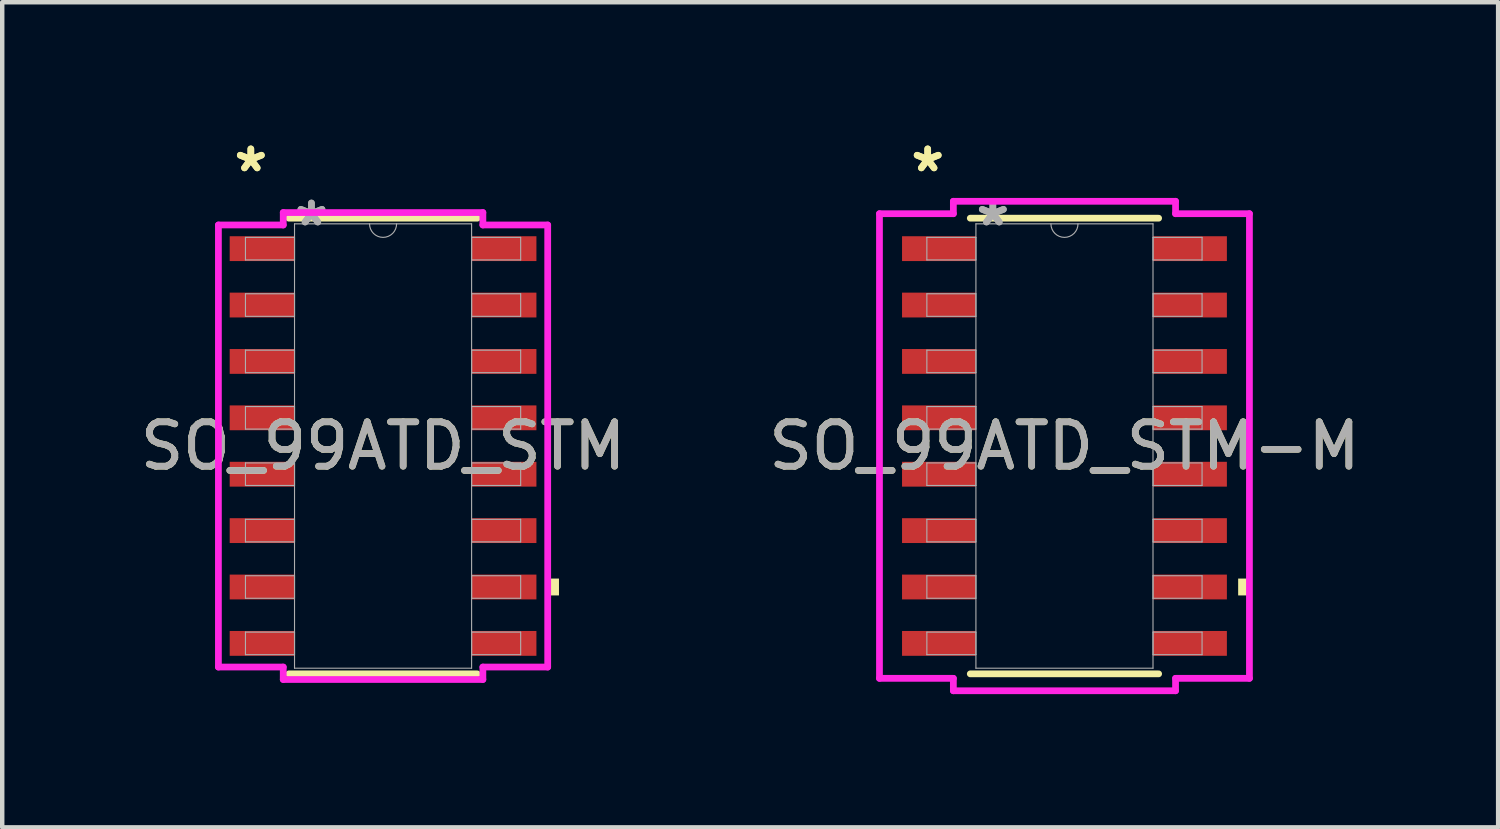
<source format=kicad_pcb>
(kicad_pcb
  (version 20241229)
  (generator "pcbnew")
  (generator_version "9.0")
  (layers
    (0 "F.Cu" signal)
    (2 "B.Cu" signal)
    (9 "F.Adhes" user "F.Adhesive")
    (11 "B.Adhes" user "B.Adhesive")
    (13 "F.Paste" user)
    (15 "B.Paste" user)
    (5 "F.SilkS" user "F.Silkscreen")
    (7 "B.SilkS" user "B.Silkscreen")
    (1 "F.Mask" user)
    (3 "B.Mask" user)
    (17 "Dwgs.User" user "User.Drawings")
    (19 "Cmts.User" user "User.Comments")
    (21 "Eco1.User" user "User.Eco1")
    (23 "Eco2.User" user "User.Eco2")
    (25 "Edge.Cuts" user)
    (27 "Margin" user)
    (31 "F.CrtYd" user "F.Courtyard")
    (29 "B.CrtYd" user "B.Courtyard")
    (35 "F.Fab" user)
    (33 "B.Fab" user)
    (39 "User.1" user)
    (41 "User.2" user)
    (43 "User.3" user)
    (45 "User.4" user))
  (footprint "SO_99ATD_STM-M"
    (layer "F.Cu")
    (at 20.923 6.995)
    (property "Reference" "SO_99ATD_STM-M" (at 0 0 0) (unlocked yes) (layer "F.SilkS") (effects (font (size 1 1) (thickness 0.15))))
    (attr smd)
    (fp_line (start -2.121 5.131) (end 2.121 5.131) (stroke (width 0.152) (type solid)) (layer "F.SilkS"))
    (fp_line (start 2.121 -5.131) (end -2.121 -5.131) (stroke (width 0.152) (type solid)) (layer "F.SilkS"))
    (fp_poly (pts (xy 4.166 2.985) (xy 4.166 3.365) (xy 3.912 3.365) (xy 3.912 2.985)) (stroke (width 0) (type solid)) (fill yes) (layer "F.SilkS"))
    (fp_line (start -4.166 -5.232) (end -2.502 -5.232) (stroke (width 0.152) (type solid)) (layer "F.CrtYd"))
    (fp_line (start -4.166 5.232) (end -4.166 -5.232) (stroke (width 0.152) (type solid)) (layer "F.CrtYd"))
    (fp_line (start -4.166 5.232) (end -2.502 5.232) (stroke (width 0.152) (type solid)) (layer "F.CrtYd"))
    (fp_line (start -2.502 -5.512) (end 2.502 -5.512) (stroke (width 0.152) (type solid)) (layer "F.CrtYd"))
    (fp_line (start -2.502 -5.232) (end -2.502 -5.512) (stroke (width 0.152) (type solid)) (layer "F.CrtYd"))
    (fp_line (start -2.502 5.512) (end -2.502 5.232) (stroke (width 0.152) (type solid)) (layer "F.CrtYd"))
    (fp_line (start 2.502 -5.512) (end 2.502 -5.232) (stroke (width 0.152) (type solid)) (layer "F.CrtYd"))
    (fp_line (start 2.502 5.232) (end 2.502 5.512) (stroke (width 0.152) (type solid)) (layer "F.CrtYd"))
    (fp_line (start 2.502 5.512) (end -2.502 5.512) (stroke (width 0.152) (type solid)) (layer "F.CrtYd"))
    (fp_line (start 4.166 -5.232) (end 2.502 -5.232) (stroke (width 0.152) (type solid)) (layer "F.CrtYd"))
    (fp_line (start 4.166 -5.232) (end 4.166 5.232) (stroke (width 0.152) (type solid)) (layer "F.CrtYd"))
    (fp_line (start 4.166 5.232) (end 2.502 5.232) (stroke (width 0.152) (type solid)) (layer "F.CrtYd"))
    (fp_line (start -3.099 -4.699) (end -3.099 -4.191) (stroke (width 0.025) (type solid)) (layer "F.Fab"))
    (fp_line (start -3.099 -4.191) (end -1.994 -4.191) (stroke (width 0.025) (type solid)) (layer "F.Fab"))
    (fp_line (start -3.099 -3.429) (end -3.099 -2.921) (stroke (width 0.025) (type solid)) (layer "F.Fab"))
    (fp_line (start -3.099 -2.921) (end -1.994 -2.921) (stroke (width 0.025) (type solid)) (layer "F.Fab"))
    (fp_line (start -3.099 -2.159) (end -3.099 -1.651) (stroke (width 0.025) (type solid)) (layer "F.Fab"))
    (fp_line (start -3.099 -1.651) (end -1.994 -1.651) (stroke (width 0.025) (type solid)) (layer "F.Fab"))
    (fp_line (start -3.099 -0.889) (end -3.099 -0.381) (stroke (width 0.025) (type solid)) (layer "F.Fab"))
    (fp_line (start -3.099 -0.381) (end -1.994 -0.381) (stroke (width 0.025) (type solid)) (layer "F.Fab"))
    (fp_line (start -3.099 0.381) (end -3.099 0.889) (stroke (width 0.025) (type solid)) (layer "F.Fab"))
    (fp_line (start -3.099 0.889) (end -1.994 0.889) (stroke (width 0.025) (type solid)) (layer "F.Fab"))
    (fp_line (start -3.099 1.651) (end -3.099 2.159) (stroke (width 0.025) (type solid)) (layer "F.Fab"))
    (fp_line (start -3.099 2.159) (end -1.994 2.159) (stroke (width 0.025) (type solid)) (layer "F.Fab"))
    (fp_line (start -3.099 2.921) (end -3.099 3.429) (stroke (width 0.025) (type solid)) (layer "F.Fab"))
    (fp_line (start -3.099 3.429) (end -1.994 3.429) (stroke (width 0.025) (type solid)) (layer "F.Fab"))
    (fp_line (start -3.099 4.191) (end -3.099 4.699) (stroke (width 0.025) (type solid)) (layer "F.Fab"))
    (fp_line (start -3.099 4.699) (end -1.994 4.699) (stroke (width 0.025) (type solid)) (layer "F.Fab"))
    (fp_line (start -1.994 -5.004) (end -1.994 5.004) (stroke (width 0.025) (type solid)) (layer "F.Fab"))
    (fp_line (start -1.994 -4.699) (end -3.099 -4.699) (stroke (width 0.025) (type solid)) (layer "F.Fab"))
    (fp_line (start -1.994 -4.191) (end -1.994 -4.699) (stroke (width 0.025) (type solid)) (layer "F.Fab"))
    (fp_line (start -1.994 -3.429) (end -3.099 -3.429) (stroke (width 0.025) (type solid)) (layer "F.Fab"))
    (fp_line (start -1.994 -2.921) (end -1.994 -3.429) (stroke (width 0.025) (type solid)) (layer "F.Fab"))
    (fp_line (start -1.994 -2.159) (end -3.099 -2.159) (stroke (width 0.025) (type solid)) (layer "F.Fab"))
    (fp_line (start -1.994 -1.651) (end -1.994 -2.159) (stroke (width 0.025) (type solid)) (layer "F.Fab"))
    (fp_line (start -1.994 -0.889) (end -3.099 -0.889) (stroke (width 0.025) (type solid)) (layer "F.Fab"))
    (fp_line (start -1.994 -0.381) (end -1.994 -0.889) (stroke (width 0.025) (type solid)) (layer "F.Fab"))
    (fp_line (start -1.994 0.381) (end -3.099 0.381) (stroke (width 0.025) (type solid)) (layer "F.Fab"))
    (fp_line (start -1.994 0.889) (end -1.994 0.381) (stroke (width 0.025) (type solid)) (layer "F.Fab"))
    (fp_line (start -1.994 1.651) (end -3.099 1.651) (stroke (width 0.025) (type solid)) (layer "F.Fab"))
    (fp_line (start -1.994 2.159) (end -1.994 1.651) (stroke (width 0.025) (type solid)) (layer "F.Fab"))
    (fp_line (start -1.994 2.921) (end -3.099 2.921) (stroke (width 0.025) (type solid)) (layer "F.Fab"))
    (fp_line (start -1.994 3.429) (end -1.994 2.921) (stroke (width 0.025) (type solid)) (layer "F.Fab"))
    (fp_line (start -1.994 4.191) (end -3.099 4.191) (stroke (width 0.025) (type solid)) (layer "F.Fab"))
    (fp_line (start -1.994 4.699) (end -1.994 4.191) (stroke (width 0.025) (type solid)) (layer "F.Fab"))
    (fp_line (start -1.994 5.004) (end 1.994 5.004) (stroke (width 0.025) (type solid)) (layer "F.Fab"))
    (fp_line (start 1.994 -5.004) (end -1.994 -5.004) (stroke (width 0.025) (type solid)) (layer "F.Fab"))
    (fp_line (start 1.994 -4.699) (end 1.994 -4.191) (stroke (width 0.025) (type solid)) (layer "F.Fab"))
    (fp_line (start 1.994 -4.191) (end 3.099 -4.191) (stroke (width 0.025) (type solid)) (layer "F.Fab"))
    (fp_line (start 1.994 -3.429) (end 1.994 -2.921) (stroke (width 0.025) (type solid)) (layer "F.Fab"))
    (fp_line (start 1.994 -2.921) (end 3.099 -2.921) (stroke (width 0.025) (type solid)) (layer "F.Fab"))
    (fp_line (start 1.994 -2.159) (end 1.994 -1.651) (stroke (width 0.025) (type solid)) (layer "F.Fab"))
    (fp_line (start 1.994 -1.651) (end 3.099 -1.651) (stroke (width 0.025) (type solid)) (layer "F.Fab"))
    (fp_line (start 1.994 -0.889) (end 1.994 -0.381) (stroke (width 0.025) (type solid)) (layer "F.Fab"))
    (fp_line (start 1.994 -0.381) (end 3.099 -0.381) (stroke (width 0.025) (type solid)) (layer "F.Fab"))
    (fp_line (start 1.994 0.381) (end 1.994 0.889) (stroke (width 0.025) (type solid)) (layer "F.Fab"))
    (fp_line (start 1.994 0.889) (end 3.099 0.889) (stroke (width 0.025) (type solid)) (layer "F.Fab"))
    (fp_line (start 1.994 1.651) (end 1.994 2.159) (stroke (width 0.025) (type solid)) (layer "F.Fab"))
    (fp_line (start 1.994 2.159) (end 3.099 2.159) (stroke (width 0.025) (type solid)) (layer "F.Fab"))
    (fp_line (start 1.994 2.921) (end 1.994 3.429) (stroke (width 0.025) (type solid)) (layer "F.Fab"))
    (fp_line (start 1.994 3.429) (end 3.099 3.429) (stroke (width 0.025) (type solid)) (layer "F.Fab"))
    (fp_line (start 1.994 4.191) (end 1.994 4.699) (stroke (width 0.025) (type solid)) (layer "F.Fab"))
    (fp_line (start 1.994 4.699) (end 3.099 4.699) (stroke (width 0.025) (type solid)) (layer "F.Fab"))
    (fp_line (start 1.994 5.004) (end 1.994 -5.004) (stroke (width 0.025) (type solid)) (layer "F.Fab"))
    (fp_line (start 3.099 -4.699) (end 1.994 -4.699) (stroke (width 0.025) (type solid)) (layer "F.Fab"))
    (fp_line (start 3.099 -4.191) (end 3.099 -4.699) (stroke (width 0.025) (type solid)) (layer "F.Fab"))
    (fp_line (start 3.099 -3.429) (end 1.994 -3.429) (stroke (width 0.025) (type solid)) (layer "F.Fab"))
    (fp_line (start 3.099 -2.921) (end 3.099 -3.429) (stroke (width 0.025) (type solid)) (layer "F.Fab"))
    (fp_line (start 3.099 -2.159) (end 1.994 -2.159) (stroke (width 0.025) (type solid)) (layer "F.Fab"))
    (fp_line (start 3.099 -1.651) (end 3.099 -2.159) (stroke (width 0.025) (type solid)) (layer "F.Fab"))
    (fp_line (start 3.099 -0.889) (end 1.994 -0.889) (stroke (width 0.025) (type solid)) (layer "F.Fab"))
    (fp_line (start 3.099 -0.381) (end 3.099 -0.889) (stroke (width 0.025) (type solid)) (layer "F.Fab"))
    (fp_line (start 3.099 0.381) (end 1.994 0.381) (stroke (width 0.025) (type solid)) (layer "F.Fab"))
    (fp_line (start 3.099 0.889) (end 3.099 0.381) (stroke (width 0.025) (type solid)) (layer "F.Fab"))
    (fp_line (start 3.099 1.651) (end 1.994 1.651) (stroke (width 0.025) (type solid)) (layer "F.Fab"))
    (fp_line (start 3.099 2.159) (end 3.099 1.651) (stroke (width 0.025) (type solid)) (layer "F.Fab"))
    (fp_line (start 3.099 2.921) (end 1.994 2.921) (stroke (width 0.025) (type solid)) (layer "F.Fab"))
    (fp_line (start 3.099 3.429) (end 3.099 2.921) (stroke (width 0.025) (type solid)) (layer "F.Fab"))
    (fp_line (start 3.099 4.191) (end 1.994 4.191) (stroke (width 0.025) (type solid)) (layer "F.Fab"))
    (fp_line (start 3.099 4.699) (end 3.099 4.191) (stroke (width 0.025) (type solid)) (layer "F.Fab"))
    (fp_arc (start 0.3048 -5.0038) (mid 0 -4.699) (end -0.3048 -5.0038) (stroke (width 0.0254) (type solid)) (layer "F.Fab"))
    (fp_text user "*" (at -3.08 -6.147 0) (layer "F.SilkS") (effects (font (size 1 1) (thickness 0.15))))
    (fp_text user "*" (at -3.08 -6.147 0) (unlocked yes) (layer "F.SilkS") (effects (font (size 1 1) (thickness 0.15))))
    (fp_text user "*" (at -1.613 -4.928 0) (unlocked yes) (layer "F.Fab") (effects (font (size 1 1) (thickness 0.15))))
    (fp_text user "*" (at -1.613 -4.928 0) (layer "F.Fab") (effects (font (size 1 1) (thickness 0.15))))
    (fp_text user "${REFERENCE}" (at 0 0 0) (unlocked yes) (layer "F.Fab") (effects (font (size 1 1) (thickness 0.15))))
    (pad "1" smd rect (at -2.826 -4.445) (size 1.664 0.559) (layers "F.Cu" "F.Mask" "F.Paste"))
    (pad "2" smd rect (at -2.826 -3.175) (size 1.664 0.559) (layers "F.Cu" "F.Mask" "F.Paste"))
    (pad "3" smd rect (at -2.826 -1.905) (size 1.664 0.559) (layers "F.Cu" "F.Mask" "F.Paste"))
    (pad "4" smd rect (at -2.826 -0.635) (size 1.664 0.559) (layers "F.Cu" "F.Mask" "F.Paste"))
    (pad "5" smd rect (at -2.826 0.635) (size 1.664 0.559) (layers "F.Cu" "F.Mask" "F.Paste"))
    (pad "6" smd rect (at -2.826 1.905) (size 1.664 0.559) (layers "F.Cu" "F.Mask" "F.Paste"))
    (pad "7" smd rect (at -2.826 3.175) (size 1.664 0.559) (layers "F.Cu" "F.Mask" "F.Paste"))
    (pad "8" smd rect (at -2.826 4.445) (size 1.664 0.559) (layers "F.Cu" "F.Mask" "F.Paste"))
    (pad "9" smd rect (at 2.826 4.445) (size 1.664 0.559) (layers "F.Cu" "F.Mask" "F.Paste"))
    (pad "10" smd rect (at 2.826 3.175) (size 1.664 0.559) (layers "F.Cu" "F.Mask" "F.Paste"))
    (pad "11" smd rect (at 2.826 1.905) (size 1.664 0.559) (layers "F.Cu" "F.Mask" "F.Paste"))
    (pad "12" smd rect (at 2.826 0.635) (size 1.664 0.559) (layers "F.Cu" "F.Mask" "F.Paste"))
    (pad "13" smd rect (at 2.826 -0.635) (size 1.664 0.559) (layers "F.Cu" "F.Mask" "F.Paste"))
    (pad "14" smd rect (at 2.826 -1.905) (size 1.664 0.559) (layers "F.Cu" "F.Mask" "F.Paste"))
    (pad "15" smd rect (at 2.826 -3.175) (size 1.664 0.559) (layers "F.Cu" "F.Mask" "F.Paste"))
    (pad "16" smd rect (at 2.826 -4.445) (size 1.664 0.559) (layers "F.Cu" "F.Mask" "F.Paste")))
  (footprint "SO_99ATD_STM"
    (layer "F.Cu")
    (at 5.577 6.995)
    (property "Reference" "SO_99ATD_STM" (at 0 0 0) (unlocked yes) (layer "F.SilkS") (effects (font (size 1 1) (thickness 0.15))))
    (attr smd)
    (fp_line (start -2.121 5.131) (end 2.121 5.131) (stroke (width 0.152) (type solid)) (layer "F.SilkS"))
    (fp_line (start 2.121 -5.131) (end -2.121 -5.131) (stroke (width 0.152) (type solid)) (layer "F.SilkS"))
    (fp_poly (pts (xy 3.962 2.985) (xy 3.962 3.365) (xy 3.708 3.365) (xy 3.708 2.985)) (stroke (width 0) (type solid)) (fill yes) (layer "F.SilkS"))
    (fp_line (start -3.708 -4.978) (end -2.248 -4.978) (stroke (width 0.152) (type solid)) (layer "F.CrtYd"))
    (fp_line (start -3.708 4.978) (end -3.708 -4.978) (stroke (width 0.152) (type solid)) (layer "F.CrtYd"))
    (fp_line (start -3.708 4.978) (end -2.248 4.978) (stroke (width 0.152) (type solid)) (layer "F.CrtYd"))
    (fp_line (start -2.248 -5.258) (end 2.248 -5.258) (stroke (width 0.152) (type solid)) (layer "F.CrtYd"))
    (fp_line (start -2.248 -4.978) (end -2.248 -5.258) (stroke (width 0.152) (type solid)) (layer "F.CrtYd"))
    (fp_line (start -2.248 5.258) (end -2.248 4.978) (stroke (width 0.152) (type solid)) (layer "F.CrtYd"))
    (fp_line (start 2.248 -5.258) (end 2.248 -4.978) (stroke (width 0.152) (type solid)) (layer "F.CrtYd"))
    (fp_line (start 2.248 4.978) (end 2.248 5.258) (stroke (width 0.152) (type solid)) (layer "F.CrtYd"))
    (fp_line (start 2.248 5.258) (end -2.248 5.258) (stroke (width 0.152) (type solid)) (layer "F.CrtYd"))
    (fp_line (start 3.708 -4.978) (end 2.248 -4.978) (stroke (width 0.152) (type solid)) (layer "F.CrtYd"))
    (fp_line (start 3.708 -4.978) (end 3.708 4.978) (stroke (width 0.152) (type solid)) (layer "F.CrtYd"))
    (fp_line (start 3.708 4.978) (end 2.248 4.978) (stroke (width 0.152) (type solid)) (layer "F.CrtYd"))
    (fp_line (start -3.099 -4.699) (end -3.099 -4.191) (stroke (width 0.025) (type solid)) (layer "F.Fab"))
    (fp_line (start -3.099 -4.191) (end -1.994 -4.191) (stroke (width 0.025) (type solid)) (layer "F.Fab"))
    (fp_line (start -3.099 -3.429) (end -3.099 -2.921) (stroke (width 0.025) (type solid)) (layer "F.Fab"))
    (fp_line (start -3.099 -2.921) (end -1.994 -2.921) (stroke (width 0.025) (type solid)) (layer "F.Fab"))
    (fp_line (start -3.099 -2.159) (end -3.099 -1.651) (stroke (width 0.025) (type solid)) (layer "F.Fab"))
    (fp_line (start -3.099 -1.651) (end -1.994 -1.651) (stroke (width 0.025) (type solid)) (layer "F.Fab"))
    (fp_line (start -3.099 -0.889) (end -3.099 -0.381) (stroke (width 0.025) (type solid)) (layer "F.Fab"))
    (fp_line (start -3.099 -0.381) (end -1.994 -0.381) (stroke (width 0.025) (type solid)) (layer "F.Fab"))
    (fp_line (start -3.099 0.381) (end -3.099 0.889) (stroke (width 0.025) (type solid)) (layer "F.Fab"))
    (fp_line (start -3.099 0.889) (end -1.994 0.889) (stroke (width 0.025) (type solid)) (layer "F.Fab"))
    (fp_line (start -3.099 1.651) (end -3.099 2.159) (stroke (width 0.025) (type solid)) (layer "F.Fab"))
    (fp_line (start -3.099 2.159) (end -1.994 2.159) (stroke (width 0.025) (type solid)) (layer "F.Fab"))
    (fp_line (start -3.099 2.921) (end -3.099 3.429) (stroke (width 0.025) (type solid)) (layer "F.Fab"))
    (fp_line (start -3.099 3.429) (end -1.994 3.429) (stroke (width 0.025) (type solid)) (layer "F.Fab"))
    (fp_line (start -3.099 4.191) (end -3.099 4.699) (stroke (width 0.025) (type solid)) (layer "F.Fab"))
    (fp_line (start -3.099 4.699) (end -1.994 4.699) (stroke (width 0.025) (type solid)) (layer "F.Fab"))
    (fp_line (start -1.994 -5.004) (end -1.994 5.004) (stroke (width 0.025) (type solid)) (layer "F.Fab"))
    (fp_line (start -1.994 -4.699) (end -3.099 -4.699) (stroke (width 0.025) (type solid)) (layer "F.Fab"))
    (fp_line (start -1.994 -4.191) (end -1.994 -4.699) (stroke (width 0.025) (type solid)) (layer "F.Fab"))
    (fp_line (start -1.994 -3.429) (end -3.099 -3.429) (stroke (width 0.025) (type solid)) (layer "F.Fab"))
    (fp_line (start -1.994 -2.921) (end -1.994 -3.429) (stroke (width 0.025) (type solid)) (layer "F.Fab"))
    (fp_line (start -1.994 -2.159) (end -3.099 -2.159) (stroke (width 0.025) (type solid)) (layer "F.Fab"))
    (fp_line (start -1.994 -1.651) (end -1.994 -2.159) (stroke (width 0.025) (type solid)) (layer "F.Fab"))
    (fp_line (start -1.994 -0.889) (end -3.099 -0.889) (stroke (width 0.025) (type solid)) (layer "F.Fab"))
    (fp_line (start -1.994 -0.381) (end -1.994 -0.889) (stroke (width 0.025) (type solid)) (layer "F.Fab"))
    (fp_line (start -1.994 0.381) (end -3.099 0.381) (stroke (width 0.025) (type solid)) (layer "F.Fab"))
    (fp_line (start -1.994 0.889) (end -1.994 0.381) (stroke (width 0.025) (type solid)) (layer "F.Fab"))
    (fp_line (start -1.994 1.651) (end -3.099 1.651) (stroke (width 0.025) (type solid)) (layer "F.Fab"))
    (fp_line (start -1.994 2.159) (end -1.994 1.651) (stroke (width 0.025) (type solid)) (layer "F.Fab"))
    (fp_line (start -1.994 2.921) (end -3.099 2.921) (stroke (width 0.025) (type solid)) (layer "F.Fab"))
    (fp_line (start -1.994 3.429) (end -1.994 2.921) (stroke (width 0.025) (type solid)) (layer "F.Fab"))
    (fp_line (start -1.994 4.191) (end -3.099 4.191) (stroke (width 0.025) (type solid)) (layer "F.Fab"))
    (fp_line (start -1.994 4.699) (end -1.994 4.191) (stroke (width 0.025) (type solid)) (layer "F.Fab"))
    (fp_line (start -1.994 5.004) (end 1.994 5.004) (stroke (width 0.025) (type solid)) (layer "F.Fab"))
    (fp_line (start 1.994 -5.004) (end -1.994 -5.004) (stroke (width 0.025) (type solid)) (layer "F.Fab"))
    (fp_line (start 1.994 -4.699) (end 1.994 -4.191) (stroke (width 0.025) (type solid)) (layer "F.Fab"))
    (fp_line (start 1.994 -4.191) (end 3.099 -4.191) (stroke (width 0.025) (type solid)) (layer "F.Fab"))
    (fp_line (start 1.994 -3.429) (end 1.994 -2.921) (stroke (width 0.025) (type solid)) (layer "F.Fab"))
    (fp_line (start 1.994 -2.921) (end 3.099 -2.921) (stroke (width 0.025) (type solid)) (layer "F.Fab"))
    (fp_line (start 1.994 -2.159) (end 1.994 -1.651) (stroke (width 0.025) (type solid)) (layer "F.Fab"))
    (fp_line (start 1.994 -1.651) (end 3.099 -1.651) (stroke (width 0.025) (type solid)) (layer "F.Fab"))
    (fp_line (start 1.994 -0.889) (end 1.994 -0.381) (stroke (width 0.025) (type solid)) (layer "F.Fab"))
    (fp_line (start 1.994 -0.381) (end 3.099 -0.381) (stroke (width 0.025) (type solid)) (layer "F.Fab"))
    (fp_line (start 1.994 0.381) (end 1.994 0.889) (stroke (width 0.025) (type solid)) (layer "F.Fab"))
    (fp_line (start 1.994 0.889) (end 3.099 0.889) (stroke (width 0.025) (type solid)) (layer "F.Fab"))
    (fp_line (start 1.994 1.651) (end 1.994 2.159) (stroke (width 0.025) (type solid)) (layer "F.Fab"))
    (fp_line (start 1.994 2.159) (end 3.099 2.159) (stroke (width 0.025) (type solid)) (layer "F.Fab"))
    (fp_line (start 1.994 2.921) (end 1.994 3.429) (stroke (width 0.025) (type solid)) (layer "F.Fab"))
    (fp_line (start 1.994 3.429) (end 3.099 3.429) (stroke (width 0.025) (type solid)) (layer "F.Fab"))
    (fp_line (start 1.994 4.191) (end 1.994 4.699) (stroke (width 0.025) (type solid)) (layer "F.Fab"))
    (fp_line (start 1.994 4.699) (end 3.099 4.699) (stroke (width 0.025) (type solid)) (layer "F.Fab"))
    (fp_line (start 1.994 5.004) (end 1.994 -5.004) (stroke (width 0.025) (type solid)) (layer "F.Fab"))
    (fp_line (start 3.099 -4.699) (end 1.994 -4.699) (stroke (width 0.025) (type solid)) (layer "F.Fab"))
    (fp_line (start 3.099 -4.191) (end 3.099 -4.699) (stroke (width 0.025) (type solid)) (layer "F.Fab"))
    (fp_line (start 3.099 -3.429) (end 1.994 -3.429) (stroke (width 0.025) (type solid)) (layer "F.Fab"))
    (fp_line (start 3.099 -2.921) (end 3.099 -3.429) (stroke (width 0.025) (type solid)) (layer "F.Fab"))
    (fp_line (start 3.099 -2.159) (end 1.994 -2.159) (stroke (width 0.025) (type solid)) (layer "F.Fab"))
    (fp_line (start 3.099 -1.651) (end 3.099 -2.159) (stroke (width 0.025) (type solid)) (layer "F.Fab"))
    (fp_line (start 3.099 -0.889) (end 1.994 -0.889) (stroke (width 0.025) (type solid)) (layer "F.Fab"))
    (fp_line (start 3.099 -0.381) (end 3.099 -0.889) (stroke (width 0.025) (type solid)) (layer "F.Fab"))
    (fp_line (start 3.099 0.381) (end 1.994 0.381) (stroke (width 0.025) (type solid)) (layer "F.Fab"))
    (fp_line (start 3.099 0.889) (end 3.099 0.381) (stroke (width 0.025) (type solid)) (layer "F.Fab"))
    (fp_line (start 3.099 1.651) (end 1.994 1.651) (stroke (width 0.025) (type solid)) (layer "F.Fab"))
    (fp_line (start 3.099 2.159) (end 3.099 1.651) (stroke (width 0.025) (type solid)) (layer "F.Fab"))
    (fp_line (start 3.099 2.921) (end 1.994 2.921) (stroke (width 0.025) (type solid)) (layer "F.Fab"))
    (fp_line (start 3.099 3.429) (end 3.099 2.921) (stroke (width 0.025) (type solid)) (layer "F.Fab"))
    (fp_line (start 3.099 4.191) (end 1.994 4.191) (stroke (width 0.025) (type solid)) (layer "F.Fab"))
    (fp_line (start 3.099 4.699) (end 3.099 4.191) (stroke (width 0.025) (type solid)) (layer "F.Fab"))
    (fp_arc (start 0.3048 -5.0038) (mid 0 -4.699) (end -0.3048 -5.0038) (stroke (width 0.0254) (type solid)) (layer "F.Fab"))
    (fp_text user "*" (at -2.978 -6.147 0) (layer "F.SilkS") (effects (font (size 1 1) (thickness 0.15))))
    (fp_text user "*" (at -2.978 -6.147 0) (unlocked yes) (layer "F.SilkS") (effects (font (size 1 1) (thickness 0.15))))
    (fp_text user "${REFERENCE}" (at 0 0 0) (unlocked yes) (layer "F.Fab") (effects (font (size 1 1) (thickness 0.15))))
    (fp_text user "*" (at -1.613 -4.928 0) (unlocked yes) (layer "F.Fab") (effects (font (size 1 1) (thickness 0.15))))
    (fp_text user "*" (at -1.613 -4.928 0) (layer "F.Fab") (effects (font (size 1 1) (thickness 0.15))))
    (pad "1" smd rect (at -2.724 -4.445) (size 1.46 0.559) (layers "F.Cu" "F.Mask" "F.Paste"))
    (pad "2" smd rect (at -2.724 -3.175) (size 1.46 0.559) (layers "F.Cu" "F.Mask" "F.Paste"))
    (pad "3" smd rect (at -2.724 -1.905) (size 1.46 0.559) (layers "F.Cu" "F.Mask" "F.Paste"))
    (pad "4" smd rect (at -2.724 -0.635) (size 1.46 0.559) (layers "F.Cu" "F.Mask" "F.Paste"))
    (pad "5" smd rect (at -2.724 0.635) (size 1.46 0.559) (layers "F.Cu" "F.Mask" "F.Paste"))
    (pad "6" smd rect (at -2.724 1.905) (size 1.46 0.559) (layers "F.Cu" "F.Mask" "F.Paste"))
    (pad "7" smd rect (at -2.724 3.175) (size 1.46 0.559) (layers "F.Cu" "F.Mask" "F.Paste"))
    (pad "8" smd rect (at -2.724 4.445) (size 1.46 0.559) (layers "F.Cu" "F.Mask" "F.Paste"))
    (pad "9" smd rect (at 2.724 4.445) (size 1.46 0.559) (layers "F.Cu" "F.Mask" "F.Paste"))
    (pad "10" smd rect (at 2.724 3.175) (size 1.46 0.559) (layers "F.Cu" "F.Mask" "F.Paste"))
    (pad "11" smd rect (at 2.724 1.905) (size 1.46 0.559) (layers "F.Cu" "F.Mask" "F.Paste"))
    (pad "12" smd rect (at 2.724 0.635) (size 1.46 0.559) (layers "F.Cu" "F.Mask" "F.Paste"))
    (pad "13" smd rect (at 2.724 -0.635) (size 1.46 0.559) (layers "F.Cu" "F.Mask" "F.Paste"))
    (pad "14" smd rect (at 2.724 -1.905) (size 1.46 0.559) (layers "F.Cu" "F.Mask" "F.Paste"))
    (pad "15" smd rect (at 2.724 -3.175) (size 1.46 0.559) (layers "F.Cu" "F.Mask" "F.Paste"))
    (pad "16" smd rect (at 2.724 -4.445) (size 1.46 0.559) (layers "F.Cu" "F.Mask" "F.Paste")))
  (gr_rect
    (start -3 -3)
    (end 30.69 15.583)
    (stroke (width 0.1) (type default))
    (fill no)
    (layer "Edge.Cuts")))
</source>
